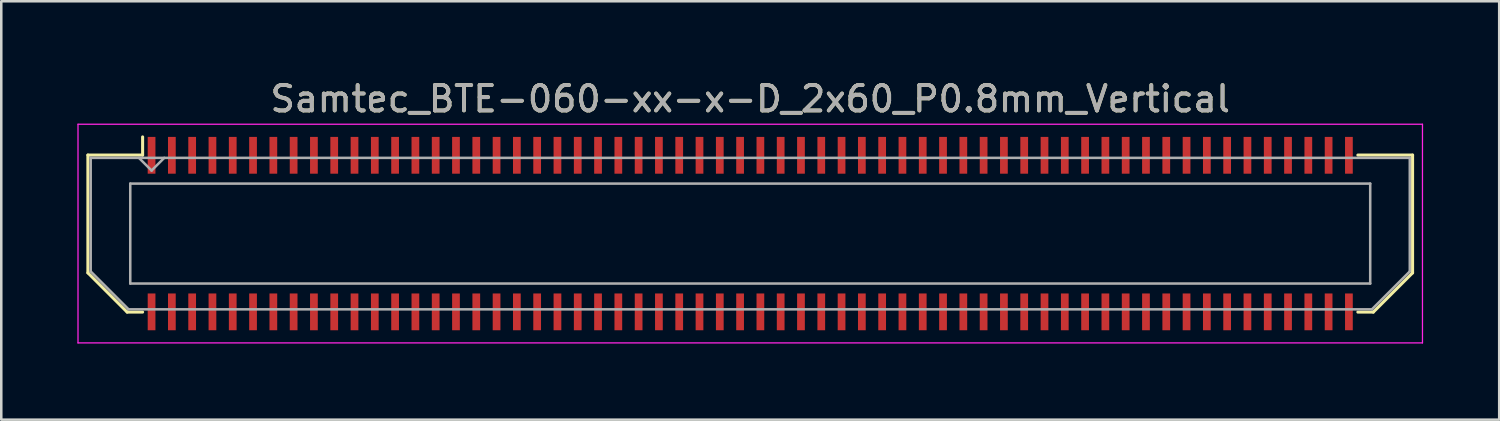
<source format=kicad_pcb>
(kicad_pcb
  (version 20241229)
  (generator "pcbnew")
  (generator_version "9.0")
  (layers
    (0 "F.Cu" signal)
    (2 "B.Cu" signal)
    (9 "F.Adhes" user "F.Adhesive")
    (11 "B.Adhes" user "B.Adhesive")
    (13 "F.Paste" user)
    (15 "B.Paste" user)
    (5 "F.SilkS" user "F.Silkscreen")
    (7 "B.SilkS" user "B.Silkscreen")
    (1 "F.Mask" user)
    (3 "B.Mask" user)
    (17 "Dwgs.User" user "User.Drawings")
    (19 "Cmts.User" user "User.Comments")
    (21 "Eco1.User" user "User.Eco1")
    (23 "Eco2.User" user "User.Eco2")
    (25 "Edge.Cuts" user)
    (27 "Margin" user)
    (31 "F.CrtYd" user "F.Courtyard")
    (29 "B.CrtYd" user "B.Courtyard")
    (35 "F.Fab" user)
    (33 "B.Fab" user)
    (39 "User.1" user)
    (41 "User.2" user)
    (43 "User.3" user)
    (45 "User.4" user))
  (footprint "Samtec_BTE-060-xx-x-D_2x60_P0.8mm_Vertical"
    (layer "F.Cu")
    (at 26.525 6.158)
    (property "Reference" "Samtec_BTE-060-xx-x-D_2x60_P0.8mm_Vertical" (at 0 -5.31 0) (layer "F.SilkS") (effects (font (size 1 1) (thickness 0.15))))
    (attr smd)
    (fp_line (start -26.11 -3.095) (end -26.11 1.548) (stroke (width 0.12) (type solid)) (layer "F.SilkS"))
    (fp_line (start -26.11 1.548) (end -24.562 3.095) (stroke (width 0.12) (type solid)) (layer "F.SilkS"))
    (fp_line (start -24.562 3.095) (end -23.953 3.095) (stroke (width 0.12) (type solid)) (layer "F.SilkS"))
    (fp_line (start -23.953 -3.811) (end -23.953 -3.095) (stroke (width 0.12) (type solid)) (layer "F.SilkS"))
    (fp_line (start -23.953 -3.095) (end -26.11 -3.095) (stroke (width 0.12) (type solid)) (layer "F.SilkS"))
    (fp_line (start 23.953 -3.095) (end 26.11 -3.095) (stroke (width 0.12) (type solid)) (layer "F.SilkS"))
    (fp_line (start 24.562 3.095) (end 23.953 3.095) (stroke (width 0.12) (type solid)) (layer "F.SilkS"))
    (fp_line (start 26.11 -3.095) (end 26.11 1.548) (stroke (width 0.12) (type solid)) (layer "F.SilkS"))
    (fp_line (start 26.11 1.548) (end 24.562 3.095) (stroke (width 0.12) (type solid)) (layer "F.SilkS"))
    (fp_line (start -26.5 -4.31) (end -26.5 4.31) (stroke (width 0.05) (type solid)) (layer "F.CrtYd"))
    (fp_line (start -26.5 4.31) (end 26.5 4.31) (stroke (width 0.05) (type solid)) (layer "F.CrtYd"))
    (fp_line (start 26.5 -4.31) (end -26.5 -4.31) (stroke (width 0.05) (type solid)) (layer "F.CrtYd"))
    (fp_line (start 26.5 4.31) (end 26.5 -4.31) (stroke (width 0.05) (type solid)) (layer "F.CrtYd"))
    (fp_line (start -26 -2.985) (end -26 1.492) (stroke (width 0.1) (type solid)) (layer "F.Fab"))
    (fp_line (start -26 -2.985) (end 26 -2.985) (stroke (width 0.1) (type solid)) (layer "F.Fab"))
    (fp_line (start -26 1.492) (end -24.508 2.985) (stroke (width 0.1) (type solid)) (layer "F.Fab"))
    (fp_line (start -24.508 2.985) (end 24.508 2.985) (stroke (width 0.1) (type solid)) (layer "F.Fab"))
    (fp_line (start -24.44 -1.97) (end -24.44 1.97) (stroke (width 0.1) (type solid)) (layer "F.Fab"))
    (fp_line (start -24.44 1.97) (end 24.44 1.97) (stroke (width 0.1) (type solid)) (layer "F.Fab"))
    (fp_line (start -23.6 -2.485) (end -24.1 -2.985) (stroke (width 0.1) (type solid)) (layer "F.Fab"))
    (fp_line (start -23.1 -2.985) (end -23.6 -2.485) (stroke (width 0.1) (type solid)) (layer "F.Fab"))
    (fp_line (start 24.44 -1.97) (end -24.44 -1.97) (stroke (width 0.1) (type solid)) (layer "F.Fab"))
    (fp_line (start 24.44 1.97) (end 24.44 -1.97) (stroke (width 0.1) (type solid)) (layer "F.Fab"))
    (fp_line (start 26 -2.985) (end 26 1.492) (stroke (width 0.1) (type solid)) (layer "F.Fab"))
    (fp_line (start 26 1.492) (end 24.508 2.985) (stroke (width 0.1) (type solid)) (layer "F.Fab"))
    (fp_text user "${REFERENCE}" (at 0 -5.31 0) (layer "F.Fab") (effects (font (size 1 1) (thickness 0.15))))
    (pad "1" smd rect (at -23.6 -3.086) (size 0.305 1.45) (layers "F.Cu" "F.Mask" "F.Paste"))
    (pad "2" smd rect (at -23.6 3.086) (size 0.305 1.45) (layers "F.Cu" "F.Mask" "F.Paste"))
    (pad "3" smd rect (at -22.8 -3.086) (size 0.305 1.45) (layers "F.Cu" "F.Mask" "F.Paste"))
    (pad "4" smd rect (at -22.8 3.086) (size 0.305 1.45) (layers "F.Cu" "F.Mask" "F.Paste"))
    (pad "5" smd rect (at -22 -3.086) (size 0.305 1.45) (layers "F.Cu" "F.Mask" "F.Paste"))
    (pad "6" smd rect (at -22 3.086) (size 0.305 1.45) (layers "F.Cu" "F.Mask" "F.Paste"))
    (pad "7" smd rect (at -21.2 -3.086) (size 0.305 1.45) (layers "F.Cu" "F.Mask" "F.Paste"))
    (pad "8" smd rect (at -21.2 3.086) (size 0.305 1.45) (layers "F.Cu" "F.Mask" "F.Paste"))
    (pad "9" smd rect (at -20.4 -3.086) (size 0.305 1.45) (layers "F.Cu" "F.Mask" "F.Paste"))
    (pad "10" smd rect (at -20.4 3.086) (size 0.305 1.45) (layers "F.Cu" "F.Mask" "F.Paste"))
    (pad "11" smd rect (at -19.6 -3.086) (size 0.305 1.45) (layers "F.Cu" "F.Mask" "F.Paste"))
    (pad "12" smd rect (at -19.6 3.086) (size 0.305 1.45) (layers "F.Cu" "F.Mask" "F.Paste"))
    (pad "13" smd rect (at -18.8 -3.086) (size 0.305 1.45) (layers "F.Cu" "F.Mask" "F.Paste"))
    (pad "14" smd rect (at -18.8 3.086) (size 0.305 1.45) (layers "F.Cu" "F.Mask" "F.Paste"))
    (pad "15" smd rect (at -18 -3.086) (size 0.305 1.45) (layers "F.Cu" "F.Mask" "F.Paste"))
    (pad "16" smd rect (at -18 3.086) (size 0.305 1.45) (layers "F.Cu" "F.Mask" "F.Paste"))
    (pad "17" smd rect (at -17.2 -3.086) (size 0.305 1.45) (layers "F.Cu" "F.Mask" "F.Paste"))
    (pad "18" smd rect (at -17.2 3.086) (size 0.305 1.45) (layers "F.Cu" "F.Mask" "F.Paste"))
    (pad "19" smd rect (at -16.4 -3.086) (size 0.305 1.45) (layers "F.Cu" "F.Mask" "F.Paste"))
    (pad "20" smd rect (at -16.4 3.086) (size 0.305 1.45) (layers "F.Cu" "F.Mask" "F.Paste"))
    (pad "21" smd rect (at -15.6 -3.086) (size 0.305 1.45) (layers "F.Cu" "F.Mask" "F.Paste"))
    (pad "22" smd rect (at -15.6 3.086) (size 0.305 1.45) (layers "F.Cu" "F.Mask" "F.Paste"))
    (pad "23" smd rect (at -14.8 -3.086) (size 0.305 1.45) (layers "F.Cu" "F.Mask" "F.Paste"))
    (pad "24" smd rect (at -14.8 3.086) (size 0.305 1.45) (layers "F.Cu" "F.Mask" "F.Paste"))
    (pad "25" smd rect (at -14 -3.086) (size 0.305 1.45) (layers "F.Cu" "F.Mask" "F.Paste"))
    (pad "26" smd rect (at -14 3.086) (size 0.305 1.45) (layers "F.Cu" "F.Mask" "F.Paste"))
    (pad "27" smd rect (at -13.2 -3.086) (size 0.305 1.45) (layers "F.Cu" "F.Mask" "F.Paste"))
    (pad "28" smd rect (at -13.2 3.086) (size 0.305 1.45) (layers "F.Cu" "F.Mask" "F.Paste"))
    (pad "29" smd rect (at -12.4 -3.086) (size 0.305 1.45) (layers "F.Cu" "F.Mask" "F.Paste"))
    (pad "30" smd rect (at -12.4 3.086) (size 0.305 1.45) (layers "F.Cu" "F.Mask" "F.Paste"))
    (pad "31" smd rect (at -11.6 -3.086) (size 0.305 1.45) (layers "F.Cu" "F.Mask" "F.Paste"))
    (pad "32" smd rect (at -11.6 3.086) (size 0.305 1.45) (layers "F.Cu" "F.Mask" "F.Paste"))
    (pad "33" smd rect (at -10.8 -3.086) (size 0.305 1.45) (layers "F.Cu" "F.Mask" "F.Paste"))
    (pad "34" smd rect (at -10.8 3.086) (size 0.305 1.45) (layers "F.Cu" "F.Mask" "F.Paste"))
    (pad "35" smd rect (at -10 -3.086) (size 0.305 1.45) (layers "F.Cu" "F.Mask" "F.Paste"))
    (pad "36" smd rect (at -10 3.086) (size 0.305 1.45) (layers "F.Cu" "F.Mask" "F.Paste"))
    (pad "37" smd rect (at -9.2 -3.086) (size 0.305 1.45) (layers "F.Cu" "F.Mask" "F.Paste"))
    (pad "38" smd rect (at -9.2 3.086) (size 0.305 1.45) (layers "F.Cu" "F.Mask" "F.Paste"))
    (pad "39" smd rect (at -8.4 -3.086) (size 0.305 1.45) (layers "F.Cu" "F.Mask" "F.Paste"))
    (pad "40" smd rect (at -8.4 3.086) (size 0.305 1.45) (layers "F.Cu" "F.Mask" "F.Paste"))
    (pad "41" smd rect (at -7.6 -3.086) (size 0.305 1.45) (layers "F.Cu" "F.Mask" "F.Paste"))
    (pad "42" smd rect (at -7.6 3.086) (size 0.305 1.45) (layers "F.Cu" "F.Mask" "F.Paste"))
    (pad "43" smd rect (at -6.8 -3.086) (size 0.305 1.45) (layers "F.Cu" "F.Mask" "F.Paste"))
    (pad "44" smd rect (at -6.8 3.086) (size 0.305 1.45) (layers "F.Cu" "F.Mask" "F.Paste"))
    (pad "45" smd rect (at -6 -3.086) (size 0.305 1.45) (layers "F.Cu" "F.Mask" "F.Paste"))
    (pad "46" smd rect (at -6 3.086) (size 0.305 1.45) (layers "F.Cu" "F.Mask" "F.Paste"))
    (pad "47" smd rect (at -5.2 -3.086) (size 0.305 1.45) (layers "F.Cu" "F.Mask" "F.Paste"))
    (pad "48" smd rect (at -5.2 3.086) (size 0.305 1.45) (layers "F.Cu" "F.Mask" "F.Paste"))
    (pad "49" smd rect (at -4.4 -3.086) (size 0.305 1.45) (layers "F.Cu" "F.Mask" "F.Paste"))
    (pad "50" smd rect (at -4.4 3.086) (size 0.305 1.45) (layers "F.Cu" "F.Mask" "F.Paste"))
    (pad "51" smd rect (at -3.6 -3.086) (size 0.305 1.45) (layers "F.Cu" "F.Mask" "F.Paste"))
    (pad "52" smd rect (at -3.6 3.086) (size 0.305 1.45) (layers "F.Cu" "F.Mask" "F.Paste"))
    (pad "53" smd rect (at -2.8 -3.086) (size 0.305 1.45) (layers "F.Cu" "F.Mask" "F.Paste"))
    (pad "54" smd rect (at -2.8 3.086) (size 0.305 1.45) (layers "F.Cu" "F.Mask" "F.Paste"))
    (pad "55" smd rect (at -2 -3.086) (size 0.305 1.45) (layers "F.Cu" "F.Mask" "F.Paste"))
    (pad "56" smd rect (at -2 3.086) (size 0.305 1.45) (layers "F.Cu" "F.Mask" "F.Paste"))
    (pad "57" smd rect (at -1.2 -3.086) (size 0.305 1.45) (layers "F.Cu" "F.Mask" "F.Paste"))
    (pad "58" smd rect (at -1.2 3.086) (size 0.305 1.45) (layers "F.Cu" "F.Mask" "F.Paste"))
    (pad "59" smd rect (at -0.4 -3.086) (size 0.305 1.45) (layers "F.Cu" "F.Mask" "F.Paste"))
    (pad "60" smd rect (at -0.4 3.086) (size 0.305 1.45) (layers "F.Cu" "F.Mask" "F.Paste"))
    (pad "61" smd rect (at 0.4 -3.086) (size 0.305 1.45) (layers "F.Cu" "F.Mask" "F.Paste"))
    (pad "62" smd rect (at 0.4 3.086) (size 0.305 1.45) (layers "F.Cu" "F.Mask" "F.Paste"))
    (pad "63" smd rect (at 1.2 -3.086) (size 0.305 1.45) (layers "F.Cu" "F.Mask" "F.Paste"))
    (pad "64" smd rect (at 1.2 3.086) (size 0.305 1.45) (layers "F.Cu" "F.Mask" "F.Paste"))
    (pad "65" smd rect (at 2 -3.086) (size 0.305 1.45) (layers "F.Cu" "F.Mask" "F.Paste"))
    (pad "66" smd rect (at 2 3.086) (size 0.305 1.45) (layers "F.Cu" "F.Mask" "F.Paste"))
    (pad "67" smd rect (at 2.8 -3.086) (size 0.305 1.45) (layers "F.Cu" "F.Mask" "F.Paste"))
    (pad "68" smd rect (at 2.8 3.086) (size 0.305 1.45) (layers "F.Cu" "F.Mask" "F.Paste"))
    (pad "69" smd rect (at 3.6 -3.086) (size 0.305 1.45) (layers "F.Cu" "F.Mask" "F.Paste"))
    (pad "70" smd rect (at 3.6 3.086) (size 0.305 1.45) (layers "F.Cu" "F.Mask" "F.Paste"))
    (pad "71" smd rect (at 4.4 -3.086) (size 0.305 1.45) (layers "F.Cu" "F.Mask" "F.Paste"))
    (pad "72" smd rect (at 4.4 3.086) (size 0.305 1.45) (layers "F.Cu" "F.Mask" "F.Paste"))
    (pad "73" smd rect (at 5.2 -3.086) (size 0.305 1.45) (layers "F.Cu" "F.Mask" "F.Paste"))
    (pad "74" smd rect (at 5.2 3.086) (size 0.305 1.45) (layers "F.Cu" "F.Mask" "F.Paste"))
    (pad "75" smd rect (at 6 -3.086) (size 0.305 1.45) (layers "F.Cu" "F.Mask" "F.Paste"))
    (pad "76" smd rect (at 6 3.086) (size 0.305 1.45) (layers "F.Cu" "F.Mask" "F.Paste"))
    (pad "77" smd rect (at 6.8 -3.086) (size 0.305 1.45) (layers "F.Cu" "F.Mask" "F.Paste"))
    (pad "78" smd rect (at 6.8 3.086) (size 0.305 1.45) (layers "F.Cu" "F.Mask" "F.Paste"))
    (pad "79" smd rect (at 7.6 -3.086) (size 0.305 1.45) (layers "F.Cu" "F.Mask" "F.Paste"))
    (pad "80" smd rect (at 7.6 3.086) (size 0.305 1.45) (layers "F.Cu" "F.Mask" "F.Paste"))
    (pad "81" smd rect (at 8.4 -3.086) (size 0.305 1.45) (layers "F.Cu" "F.Mask" "F.Paste"))
    (pad "82" smd rect (at 8.4 3.086) (size 0.305 1.45) (layers "F.Cu" "F.Mask" "F.Paste"))
    (pad "83" smd rect (at 9.2 -3.086) (size 0.305 1.45) (layers "F.Cu" "F.Mask" "F.Paste"))
    (pad "84" smd rect (at 9.2 3.086) (size 0.305 1.45) (layers "F.Cu" "F.Mask" "F.Paste"))
    (pad "85" smd rect (at 10 -3.086) (size 0.305 1.45) (layers "F.Cu" "F.Mask" "F.Paste"))
    (pad "86" smd rect (at 10 3.086) (size 0.305 1.45) (layers "F.Cu" "F.Mask" "F.Paste"))
    (pad "87" smd rect (at 10.8 -3.086) (size 0.305 1.45) (layers "F.Cu" "F.Mask" "F.Paste"))
    (pad "88" smd rect (at 10.8 3.086) (size 0.305 1.45) (layers "F.Cu" "F.Mask" "F.Paste"))
    (pad "89" smd rect (at 11.6 -3.086) (size 0.305 1.45) (layers "F.Cu" "F.Mask" "F.Paste"))
    (pad "90" smd rect (at 11.6 3.086) (size 0.305 1.45) (layers "F.Cu" "F.Mask" "F.Paste"))
    (pad "91" smd rect (at 12.4 -3.086) (size 0.305 1.45) (layers "F.Cu" "F.Mask" "F.Paste"))
    (pad "92" smd rect (at 12.4 3.086) (size 0.305 1.45) (layers "F.Cu" "F.Mask" "F.Paste"))
    (pad "93" smd rect (at 13.2 -3.086) (size 0.305 1.45) (layers "F.Cu" "F.Mask" "F.Paste"))
    (pad "94" smd rect (at 13.2 3.086) (size 0.305 1.45) (layers "F.Cu" "F.Mask" "F.Paste"))
    (pad "95" smd rect (at 14 -3.086) (size 0.305 1.45) (layers "F.Cu" "F.Mask" "F.Paste"))
    (pad "96" smd rect (at 14 3.086) (size 0.305 1.45) (layers "F.Cu" "F.Mask" "F.Paste"))
    (pad "97" smd rect (at 14.8 -3.086) (size 0.305 1.45) (layers "F.Cu" "F.Mask" "F.Paste"))
    (pad "98" smd rect (at 14.8 3.086) (size 0.305 1.45) (layers "F.Cu" "F.Mask" "F.Paste"))
    (pad "99" smd rect (at 15.6 -3.086) (size 0.305 1.45) (layers "F.Cu" "F.Mask" "F.Paste"))
    (pad "100" smd rect (at 15.6 3.086) (size 0.305 1.45) (layers "F.Cu" "F.Mask" "F.Paste"))
    (pad "101" smd rect (at 16.4 -3.086) (size 0.305 1.45) (layers "F.Cu" "F.Mask" "F.Paste"))
    (pad "102" smd rect (at 16.4 3.086) (size 0.305 1.45) (layers "F.Cu" "F.Mask" "F.Paste"))
    (pad "103" smd rect (at 17.2 -3.086) (size 0.305 1.45) (layers "F.Cu" "F.Mask" "F.Paste"))
    (pad "104" smd rect (at 17.2 3.086) (size 0.305 1.45) (layers "F.Cu" "F.Mask" "F.Paste"))
    (pad "105" smd rect (at 18 -3.086) (size 0.305 1.45) (layers "F.Cu" "F.Mask" "F.Paste"))
    (pad "106" smd rect (at 18 3.086) (size 0.305 1.45) (layers "F.Cu" "F.Mask" "F.Paste"))
    (pad "107" smd rect (at 18.8 -3.086) (size 0.305 1.45) (layers "F.Cu" "F.Mask" "F.Paste"))
    (pad "108" smd rect (at 18.8 3.086) (size 0.305 1.45) (layers "F.Cu" "F.Mask" "F.Paste"))
    (pad "109" smd rect (at 19.6 -3.086) (size 0.305 1.45) (layers "F.Cu" "F.Mask" "F.Paste"))
    (pad "110" smd rect (at 19.6 3.086) (size 0.305 1.45) (layers "F.Cu" "F.Mask" "F.Paste"))
    (pad "111" smd rect (at 20.4 -3.086) (size 0.305 1.45) (layers "F.Cu" "F.Mask" "F.Paste"))
    (pad "112" smd rect (at 20.4 3.086) (size 0.305 1.45) (layers "F.Cu" "F.Mask" "F.Paste"))
    (pad "113" smd rect (at 21.2 -3.086) (size 0.305 1.45) (layers "F.Cu" "F.Mask" "F.Paste"))
    (pad "114" smd rect (at 21.2 3.086) (size 0.305 1.45) (layers "F.Cu" "F.Mask" "F.Paste"))
    (pad "115" smd rect (at 22 -3.086) (size 0.305 1.45) (layers "F.Cu" "F.Mask" "F.Paste"))
    (pad "116" smd rect (at 22 3.086) (size 0.305 1.45) (layers "F.Cu" "F.Mask" "F.Paste"))
    (pad "117" smd rect (at 22.8 -3.086) (size 0.305 1.45) (layers "F.Cu" "F.Mask" "F.Paste"))
    (pad "118" smd rect (at 22.8 3.086) (size 0.305 1.45) (layers "F.Cu" "F.Mask" "F.Paste"))
    (pad "119" smd rect (at 23.6 -3.086) (size 0.305 1.45) (layers "F.Cu" "F.Mask" "F.Paste"))
    (pad "120" smd rect (at 23.6 3.086) (size 0.305 1.45) (layers "F.Cu" "F.Mask" "F.Paste")))
  (gr_rect
    (start -3 -3)
    (end 56.05 13.493)
    (stroke (width 0.1) (type default))
    (fill no)
    (layer "Edge.Cuts")))
</source>
